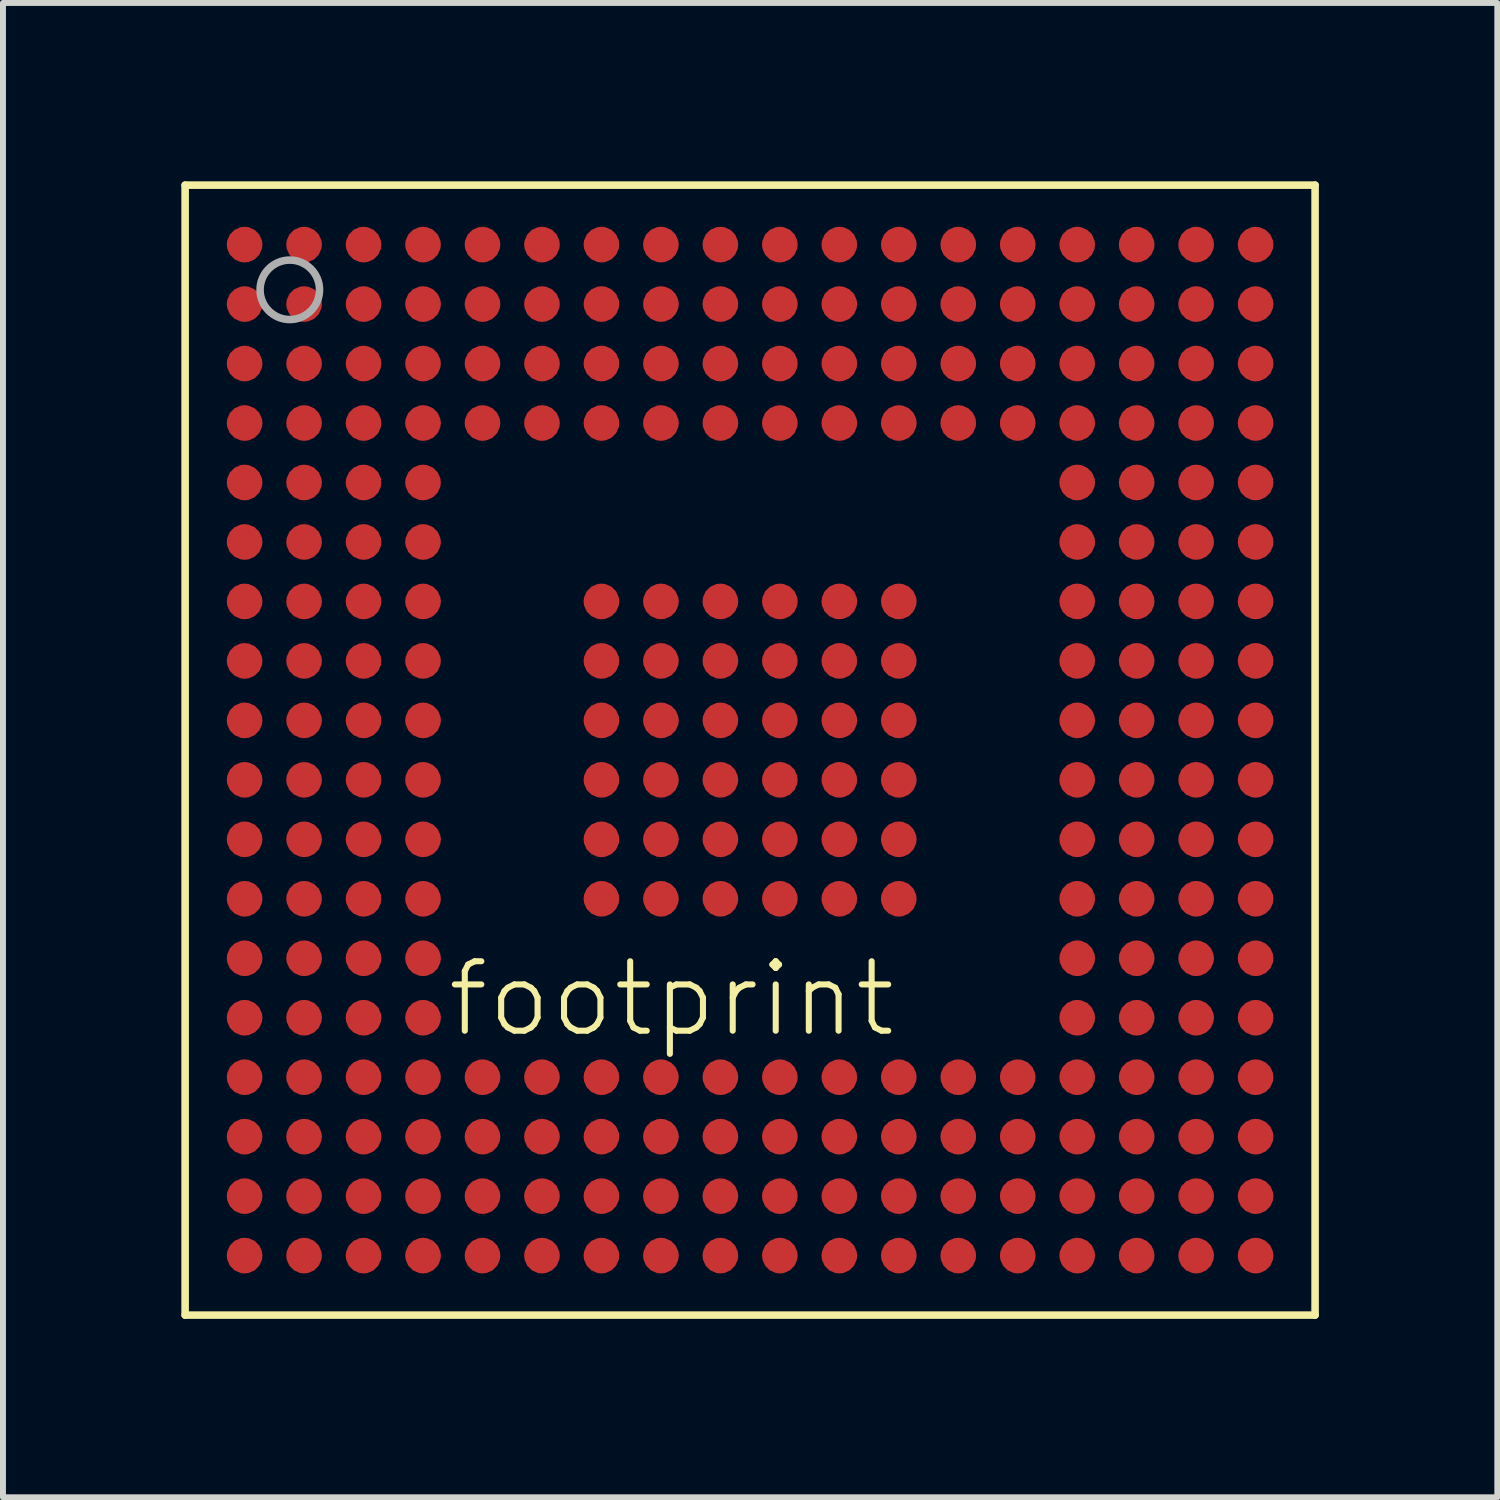
<source format=kicad_pcb>
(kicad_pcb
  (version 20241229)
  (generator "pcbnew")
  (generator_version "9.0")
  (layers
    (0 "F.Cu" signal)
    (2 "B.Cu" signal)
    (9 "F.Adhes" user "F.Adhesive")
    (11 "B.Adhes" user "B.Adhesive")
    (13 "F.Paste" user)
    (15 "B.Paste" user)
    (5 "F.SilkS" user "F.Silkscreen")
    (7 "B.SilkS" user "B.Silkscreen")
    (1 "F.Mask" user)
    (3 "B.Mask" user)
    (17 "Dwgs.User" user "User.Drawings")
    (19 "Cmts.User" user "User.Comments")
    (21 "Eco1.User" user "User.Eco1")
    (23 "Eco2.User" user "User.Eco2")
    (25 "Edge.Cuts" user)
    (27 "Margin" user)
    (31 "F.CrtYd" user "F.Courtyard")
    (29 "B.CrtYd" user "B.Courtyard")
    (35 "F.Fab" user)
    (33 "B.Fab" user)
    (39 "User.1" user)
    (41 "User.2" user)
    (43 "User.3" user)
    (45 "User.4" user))
  (footprint "footprint"
    (layer "F.Cu")
    (at 9.563 9.563)
    (property "Reference" "footprint" (at 2.5 3.5 0) (layer "F.SilkS") (effects (font (size 1.168 1.168) (thickness 0.102)) (justify right top)))
    (fp_line (start -9.5 -9.5) (end 9.5 -9.5) (stroke (width 0.127) (type solid)) (layer "F.SilkS"))
    (fp_line (start -9.5 9.5) (end -9.5 -9.5) (stroke (width 0.127) (type solid)) (layer "F.SilkS"))
    (fp_line (start 9.5 -9.5) (end 9.5 9.5) (stroke (width 0.127) (type solid)) (layer "F.SilkS"))
    (fp_line (start 9.5 9.5) (end -9.5 9.5) (stroke (width 0.127) (type solid)) (layer "F.SilkS"))
    (fp_circle (center -7.74 -7.74) (end -7.24 -7.74) (stroke (width 0.127) (type solid)) (fill no) (layer "F.Fab"))
    (pad "A1" smd roundrect (at -8.5 -8.5) (size 0.6 0.6) (layers "F.Cu" "F.Mask" "F.Paste") (roundrect_rratio 0.5))
    (pad "A2" smd roundrect (at -7.5 -8.5) (size 0.6 0.6) (layers "F.Cu" "F.Mask" "F.Paste") (roundrect_rratio 0.5))
    (pad "A3" smd roundrect (at -6.5 -8.5) (size 0.6 0.6) (layers "F.Cu" "F.Mask" "F.Paste") (roundrect_rratio 0.5))
    (pad "A4" smd roundrect (at -5.5 -8.5) (size 0.6 0.6) (layers "F.Cu" "F.Mask" "F.Paste") (roundrect_rratio 0.5))
    (pad "A5" smd roundrect (at -4.5 -8.5) (size 0.6 0.6) (layers "F.Cu" "F.Mask" "F.Paste") (roundrect_rratio 0.5))
    (pad "A6" smd roundrect (at -3.5 -8.5) (size 0.6 0.6) (layers "F.Cu" "F.Mask" "F.Paste") (roundrect_rratio 0.5))
    (pad "A7" smd roundrect (at -2.5 -8.5) (size 0.6 0.6) (layers "F.Cu" "F.Mask" "F.Paste") (roundrect_rratio 0.5))
    (pad "A8" smd roundrect (at -1.5 -8.5) (size 0.6 0.6) (layers "F.Cu" "F.Mask" "F.Paste") (roundrect_rratio 0.5))
    (pad "A9" smd roundrect (at -0.5 -8.5) (size 0.6 0.6) (layers "F.Cu" "F.Mask" "F.Paste") (roundrect_rratio 0.5))
    (pad "A10" smd roundrect (at 0.5 -8.5) (size 0.6 0.6) (layers "F.Cu" "F.Mask" "F.Paste") (roundrect_rratio 0.5))
    (pad "A11" smd roundrect (at 1.5 -8.5) (size 0.6 0.6) (layers "F.Cu" "F.Mask" "F.Paste") (roundrect_rratio 0.5))
    (pad "A12" smd roundrect (at 2.5 -8.5) (size 0.6 0.6) (layers "F.Cu" "F.Mask" "F.Paste") (roundrect_rratio 0.5))
    (pad "A13" smd roundrect (at 3.5 -8.5) (size 0.6 0.6) (layers "F.Cu" "F.Mask" "F.Paste") (roundrect_rratio 0.5))
    (pad "A14" smd roundrect (at 4.5 -8.5) (size 0.6 0.6) (layers "F.Cu" "F.Mask" "F.Paste") (roundrect_rratio 0.5))
    (pad "A15" smd roundrect (at 5.5 -8.5) (size 0.6 0.6) (layers "F.Cu" "F.Mask" "F.Paste") (roundrect_rratio 0.5))
    (pad "A16" smd roundrect (at 6.5 -8.5) (size 0.6 0.6) (layers "F.Cu" "F.Mask" "F.Paste") (roundrect_rratio 0.5))
    (pad "A17" smd roundrect (at 7.5 -8.5) (size 0.6 0.6) (layers "F.Cu" "F.Mask" "F.Paste") (roundrect_rratio 0.5))
    (pad "A18" smd roundrect (at 8.5 -8.5) (size 0.6 0.6) (layers "F.Cu" "F.Mask" "F.Paste") (roundrect_rratio 0.5))
    (pad "B1" smd roundrect (at -8.5 -7.5) (size 0.6 0.6) (layers "F.Cu" "F.Mask" "F.Paste") (roundrect_rratio 0.5))
    (pad "B2" smd roundrect (at -7.5 -7.5) (size 0.6 0.6) (layers "F.Cu" "F.Mask" "F.Paste") (roundrect_rratio 0.5))
    (pad "B3" smd roundrect (at -6.5 -7.5) (size 0.6 0.6) (layers "F.Cu" "F.Mask" "F.Paste") (roundrect_rratio 0.5))
    (pad "B4" smd roundrect (at -5.5 -7.5) (size 0.6 0.6) (layers "F.Cu" "F.Mask" "F.Paste") (roundrect_rratio 0.5))
    (pad "B5" smd roundrect (at -4.5 -7.5) (size 0.6 0.6) (layers "F.Cu" "F.Mask" "F.Paste") (roundrect_rratio 0.5))
    (pad "B6" smd roundrect (at -3.5 -7.5) (size 0.6 0.6) (layers "F.Cu" "F.Mask" "F.Paste") (roundrect_rratio 0.5))
    (pad "B7" smd roundrect (at -2.5 -7.5) (size 0.6 0.6) (layers "F.Cu" "F.Mask" "F.Paste") (roundrect_rratio 0.5))
    (pad "B8" smd roundrect (at -1.5 -7.5) (size 0.6 0.6) (layers "F.Cu" "F.Mask" "F.Paste") (roundrect_rratio 0.5))
    (pad "B9" smd roundrect (at -0.5 -7.5) (size 0.6 0.6) (layers "F.Cu" "F.Mask" "F.Paste") (roundrect_rratio 0.5))
    (pad "B10" smd roundrect (at 0.5 -7.5) (size 0.6 0.6) (layers "F.Cu" "F.Mask" "F.Paste") (roundrect_rratio 0.5))
    (pad "B11" smd roundrect (at 1.5 -7.5) (size 0.6 0.6) (layers "F.Cu" "F.Mask" "F.Paste") (roundrect_rratio 0.5))
    (pad "B12" smd roundrect (at 2.5 -7.5) (size 0.6 0.6) (layers "F.Cu" "F.Mask" "F.Paste") (roundrect_rratio 0.5))
    (pad "B13" smd roundrect (at 3.5 -7.5) (size 0.6 0.6) (layers "F.Cu" "F.Mask" "F.Paste") (roundrect_rratio 0.5))
    (pad "B14" smd roundrect (at 4.5 -7.5) (size 0.6 0.6) (layers "F.Cu" "F.Mask" "F.Paste") (roundrect_rratio 0.5))
    (pad "B15" smd roundrect (at 5.5 -7.5) (size 0.6 0.6) (layers "F.Cu" "F.Mask" "F.Paste") (roundrect_rratio 0.5))
    (pad "B16" smd roundrect (at 6.5 -7.5) (size 0.6 0.6) (layers "F.Cu" "F.Mask" "F.Paste") (roundrect_rratio 0.5))
    (pad "B17" smd roundrect (at 7.5 -7.5) (size 0.6 0.6) (layers "F.Cu" "F.Mask" "F.Paste") (roundrect_rratio 0.5))
    (pad "B18" smd roundrect (at 8.5 -7.5) (size 0.6 0.6) (layers "F.Cu" "F.Mask" "F.Paste") (roundrect_rratio 0.5))
    (pad "C1" smd roundrect (at -8.5 -6.5) (size 0.6 0.6) (layers "F.Cu" "F.Mask" "F.Paste") (roundrect_rratio 0.5))
    (pad "C2" smd roundrect (at -7.5 -6.5) (size 0.6 0.6) (layers "F.Cu" "F.Mask" "F.Paste") (roundrect_rratio 0.5))
    (pad "C3" smd roundrect (at -6.5 -6.5) (size 0.6 0.6) (layers "F.Cu" "F.Mask" "F.Paste") (roundrect_rratio 0.5))
    (pad "C4" smd roundrect (at -5.5 -6.5) (size 0.6 0.6) (layers "F.Cu" "F.Mask" "F.Paste") (roundrect_rratio 0.5))
    (pad "C5" smd roundrect (at -4.5 -6.5) (size 0.6 0.6) (layers "F.Cu" "F.Mask" "F.Paste") (roundrect_rratio 0.5))
    (pad "C6" smd roundrect (at -3.5 -6.5) (size 0.6 0.6) (layers "F.Cu" "F.Mask" "F.Paste") (roundrect_rratio 0.5))
    (pad "C7" smd roundrect (at -2.5 -6.5) (size 0.6 0.6) (layers "F.Cu" "F.Mask" "F.Paste") (roundrect_rratio 0.5))
    (pad "C8" smd roundrect (at -1.5 -6.5) (size 0.6 0.6) (layers "F.Cu" "F.Mask" "F.Paste") (roundrect_rratio 0.5))
    (pad "C9" smd roundrect (at -0.5 -6.5) (size 0.6 0.6) (layers "F.Cu" "F.Mask" "F.Paste") (roundrect_rratio 0.5))
    (pad "C10" smd roundrect (at 0.5 -6.5) (size 0.6 0.6) (layers "F.Cu" "F.Mask" "F.Paste") (roundrect_rratio 0.5))
    (pad "C11" smd roundrect (at 1.5 -6.5) (size 0.6 0.6) (layers "F.Cu" "F.Mask" "F.Paste") (roundrect_rratio 0.5))
    (pad "C12" smd roundrect (at 2.5 -6.5) (size 0.6 0.6) (layers "F.Cu" "F.Mask" "F.Paste") (roundrect_rratio 0.5))
    (pad "C13" smd roundrect (at 3.5 -6.5) (size 0.6 0.6) (layers "F.Cu" "F.Mask" "F.Paste") (roundrect_rratio 0.5))
    (pad "C14" smd roundrect (at 4.5 -6.5) (size 0.6 0.6) (layers "F.Cu" "F.Mask" "F.Paste") (roundrect_rratio 0.5))
    (pad "C15" smd roundrect (at 5.5 -6.5) (size 0.6 0.6) (layers "F.Cu" "F.Mask" "F.Paste") (roundrect_rratio 0.5))
    (pad "C16" smd roundrect (at 6.5 -6.5) (size 0.6 0.6) (layers "F.Cu" "F.Mask" "F.Paste") (roundrect_rratio 0.5))
    (pad "C17" smd roundrect (at 7.5 -6.5) (size 0.6 0.6) (layers "F.Cu" "F.Mask" "F.Paste") (roundrect_rratio 0.5))
    (pad "C18" smd roundrect (at 8.5 -6.5) (size 0.6 0.6) (layers "F.Cu" "F.Mask" "F.Paste") (roundrect_rratio 0.5))
    (pad "D1" smd roundrect (at -8.5 -5.5) (size 0.6 0.6) (layers "F.Cu" "F.Mask" "F.Paste") (roundrect_rratio 0.5))
    (pad "D2" smd roundrect (at -7.5 -5.5) (size 0.6 0.6) (layers "F.Cu" "F.Mask" "F.Paste") (roundrect_rratio 0.5))
    (pad "D3" smd roundrect (at -6.5 -5.5) (size 0.6 0.6) (layers "F.Cu" "F.Mask" "F.Paste") (roundrect_rratio 0.5))
    (pad "D4" smd roundrect (at -5.5 -5.5) (size 0.6 0.6) (layers "F.Cu" "F.Mask" "F.Paste") (roundrect_rratio 0.5))
    (pad "D5" smd roundrect (at -4.5 -5.5) (size 0.6 0.6) (layers "F.Cu" "F.Mask" "F.Paste") (roundrect_rratio 0.5))
    (pad "D6" smd roundrect (at -3.5 -5.5) (size 0.6 0.6) (layers "F.Cu" "F.Mask" "F.Paste") (roundrect_rratio 0.5))
    (pad "D7" smd roundrect (at -2.5 -5.5) (size 0.6 0.6) (layers "F.Cu" "F.Mask" "F.Paste") (roundrect_rratio 0.5))
    (pad "D8" smd roundrect (at -1.5 -5.5) (size 0.6 0.6) (layers "F.Cu" "F.Mask" "F.Paste") (roundrect_rratio 0.5))
    (pad "D9" smd roundrect (at -0.5 -5.5) (size 0.6 0.6) (layers "F.Cu" "F.Mask" "F.Paste") (roundrect_rratio 0.5))
    (pad "D10" smd roundrect (at 0.5 -5.5) (size 0.6 0.6) (layers "F.Cu" "F.Mask" "F.Paste") (roundrect_rratio 0.5))
    (pad "D11" smd roundrect (at 1.5 -5.5) (size 0.6 0.6) (layers "F.Cu" "F.Mask" "F.Paste") (roundrect_rratio 0.5))
    (pad "D12" smd roundrect (at 2.5 -5.5) (size 0.6 0.6) (layers "F.Cu" "F.Mask" "F.Paste") (roundrect_rratio 0.5))
    (pad "D13" smd roundrect (at 3.5 -5.5) (size 0.6 0.6) (layers "F.Cu" "F.Mask" "F.Paste") (roundrect_rratio 0.5))
    (pad "D14" smd roundrect (at 4.5 -5.5) (size 0.6 0.6) (layers "F.Cu" "F.Mask" "F.Paste") (roundrect_rratio 0.5))
    (pad "D15" smd roundrect (at 5.5 -5.5) (size 0.6 0.6) (layers "F.Cu" "F.Mask" "F.Paste") (roundrect_rratio 0.5))
    (pad "D16" smd roundrect (at 6.5 -5.5) (size 0.6 0.6) (layers "F.Cu" "F.Mask" "F.Paste") (roundrect_rratio 0.5))
    (pad "D17" smd roundrect (at 7.5 -5.5) (size 0.6 0.6) (layers "F.Cu" "F.Mask" "F.Paste") (roundrect_rratio 0.5))
    (pad "D18" smd roundrect (at 8.5 -5.5) (size 0.6 0.6) (layers "F.Cu" "F.Mask" "F.Paste") (roundrect_rratio 0.5))
    (pad "E1" smd roundrect (at -8.5 -4.5) (size 0.6 0.6) (layers "F.Cu" "F.Mask" "F.Paste") (roundrect_rratio 0.5))
    (pad "E2" smd roundrect (at -7.5 -4.5) (size 0.6 0.6) (layers "F.Cu" "F.Mask" "F.Paste") (roundrect_rratio 0.5))
    (pad "E3" smd roundrect (at -6.5 -4.5) (size 0.6 0.6) (layers "F.Cu" "F.Mask" "F.Paste") (roundrect_rratio 0.5))
    (pad "E4" smd roundrect (at -5.5 -4.5) (size 0.6 0.6) (layers "F.Cu" "F.Mask" "F.Paste") (roundrect_rratio 0.5))
    (pad "E15" smd roundrect (at 5.5 -4.5) (size 0.6 0.6) (layers "F.Cu" "F.Mask" "F.Paste") (roundrect_rratio 0.5))
    (pad "E16" smd roundrect (at 6.5 -4.5) (size 0.6 0.6) (layers "F.Cu" "F.Mask" "F.Paste") (roundrect_rratio 0.5))
    (pad "E17" smd roundrect (at 7.5 -4.5) (size 0.6 0.6) (layers "F.Cu" "F.Mask" "F.Paste") (roundrect_rratio 0.5))
    (pad "E18" smd roundrect (at 8.5 -4.5) (size 0.6 0.6) (layers "F.Cu" "F.Mask" "F.Paste") (roundrect_rratio 0.5))
    (pad "F1" smd roundrect (at -8.5 -3.5) (size 0.6 0.6) (layers "F.Cu" "F.Mask" "F.Paste") (roundrect_rratio 0.5))
    (pad "F2" smd roundrect (at -7.5 -3.5) (size 0.6 0.6) (layers "F.Cu" "F.Mask" "F.Paste") (roundrect_rratio 0.5))
    (pad "F3" smd roundrect (at -6.5 -3.5) (size 0.6 0.6) (layers "F.Cu" "F.Mask" "F.Paste") (roundrect_rratio 0.5))
    (pad "F4" smd roundrect (at -5.5 -3.5) (size 0.6 0.6) (layers "F.Cu" "F.Mask" "F.Paste") (roundrect_rratio 0.5))
    (pad "F15" smd roundrect (at 5.5 -3.5) (size 0.6 0.6) (layers "F.Cu" "F.Mask" "F.Paste") (roundrect_rratio 0.5))
    (pad "F16" smd roundrect (at 6.5 -3.5) (size 0.6 0.6) (layers "F.Cu" "F.Mask" "F.Paste") (roundrect_rratio 0.5))
    (pad "F17" smd roundrect (at 7.5 -3.5) (size 0.6 0.6) (layers "F.Cu" "F.Mask" "F.Paste") (roundrect_rratio 0.5))
    (pad "F18" smd roundrect (at 8.5 -3.5) (size 0.6 0.6) (layers "F.Cu" "F.Mask" "F.Paste") (roundrect_rratio 0.5))
    (pad "G1" smd roundrect (at -8.5 -2.5) (size 0.6 0.6) (layers "F.Cu" "F.Mask" "F.Paste") (roundrect_rratio 0.5))
    (pad "G2" smd roundrect (at -7.5 -2.5) (size 0.6 0.6) (layers "F.Cu" "F.Mask" "F.Paste") (roundrect_rratio 0.5))
    (pad "G3" smd roundrect (at -6.5 -2.5) (size 0.6 0.6) (layers "F.Cu" "F.Mask" "F.Paste") (roundrect_rratio 0.5))
    (pad "G4" smd roundrect (at -5.5 -2.5) (size 0.6 0.6) (layers "F.Cu" "F.Mask" "F.Paste") (roundrect_rratio 0.5))
    (pad "G7" smd roundrect (at -2.5 -2.5) (size 0.6 0.6) (layers "F.Cu" "F.Mask" "F.Paste") (roundrect_rratio 0.5))
    (pad "G8" smd roundrect (at -1.5 -2.5) (size 0.6 0.6) (layers "F.Cu" "F.Mask" "F.Paste") (roundrect_rratio 0.5))
    (pad "G9" smd roundrect (at -0.5 -2.5) (size 0.6 0.6) (layers "F.Cu" "F.Mask" "F.Paste") (roundrect_rratio 0.5))
    (pad "G10" smd roundrect (at 0.5 -2.5) (size 0.6 0.6) (layers "F.Cu" "F.Mask" "F.Paste") (roundrect_rratio 0.5))
    (pad "G11" smd roundrect (at 1.5 -2.5) (size 0.6 0.6) (layers "F.Cu" "F.Mask" "F.Paste") (roundrect_rratio 0.5))
    (pad "G12" smd roundrect (at 2.5 -2.5) (size 0.6 0.6) (layers "F.Cu" "F.Mask" "F.Paste") (roundrect_rratio 0.5))
    (pad "G15" smd roundrect (at 5.5 -2.5) (size 0.6 0.6) (layers "F.Cu" "F.Mask" "F.Paste") (roundrect_rratio 0.5))
    (pad "G16" smd roundrect (at 6.5 -2.5) (size 0.6 0.6) (layers "F.Cu" "F.Mask" "F.Paste") (roundrect_rratio 0.5))
    (pad "G17" smd roundrect (at 7.5 -2.5) (size 0.6 0.6) (layers "F.Cu" "F.Mask" "F.Paste") (roundrect_rratio 0.5))
    (pad "G18" smd roundrect (at 8.5 -2.5) (size 0.6 0.6) (layers "F.Cu" "F.Mask" "F.Paste") (roundrect_rratio 0.5))
    (pad "H1" smd roundrect (at -8.5 -1.5) (size 0.6 0.6) (layers "F.Cu" "F.Mask" "F.Paste") (roundrect_rratio 0.5))
    (pad "H2" smd roundrect (at -7.5 -1.5) (size 0.6 0.6) (layers "F.Cu" "F.Mask" "F.Paste") (roundrect_rratio 0.5))
    (pad "H3" smd roundrect (at -6.5 -1.5) (size 0.6 0.6) (layers "F.Cu" "F.Mask" "F.Paste") (roundrect_rratio 0.5))
    (pad "H4" smd roundrect (at -5.5 -1.5) (size 0.6 0.6) (layers "F.Cu" "F.Mask" "F.Paste") (roundrect_rratio 0.5))
    (pad "H7" smd roundrect (at -2.5 -1.5) (size 0.6 0.6) (layers "F.Cu" "F.Mask" "F.Paste") (roundrect_rratio 0.5))
    (pad "H8" smd roundrect (at -1.5 -1.5) (size 0.6 0.6) (layers "F.Cu" "F.Mask" "F.Paste") (roundrect_rratio 0.5))
    (pad "H9" smd roundrect (at -0.5 -1.5) (size 0.6 0.6) (layers "F.Cu" "F.Mask" "F.Paste") (roundrect_rratio 0.5))
    (pad "H10" smd roundrect (at 0.5 -1.5) (size 0.6 0.6) (layers "F.Cu" "F.Mask" "F.Paste") (roundrect_rratio 0.5))
    (pad "H11" smd roundrect (at 1.5 -1.5) (size 0.6 0.6) (layers "F.Cu" "F.Mask" "F.Paste") (roundrect_rratio 0.5))
    (pad "H12" smd roundrect (at 2.5 -1.5) (size 0.6 0.6) (layers "F.Cu" "F.Mask" "F.Paste") (roundrect_rratio 0.5))
    (pad "H15" smd roundrect (at 5.5 -1.5) (size 0.6 0.6) (layers "F.Cu" "F.Mask" "F.Paste") (roundrect_rratio 0.5))
    (pad "H16" smd roundrect (at 6.5 -1.5) (size 0.6 0.6) (layers "F.Cu" "F.Mask" "F.Paste") (roundrect_rratio 0.5))
    (pad "H17" smd roundrect (at 7.5 -1.5) (size 0.6 0.6) (layers "F.Cu" "F.Mask" "F.Paste") (roundrect_rratio 0.5))
    (pad "H18" smd roundrect (at 8.5 -1.5) (size 0.6 0.6) (layers "F.Cu" "F.Mask" "F.Paste") (roundrect_rratio 0.5))
    (pad "J1" smd roundrect (at -8.5 -0.5) (size 0.6 0.6) (layers "F.Cu" "F.Mask" "F.Paste") (roundrect_rratio 0.5))
    (pad "J2" smd roundrect (at -7.5 -0.5) (size 0.6 0.6) (layers "F.Cu" "F.Mask" "F.Paste") (roundrect_rratio 0.5))
    (pad "J3" smd roundrect (at -6.5 -0.5) (size 0.6 0.6) (layers "F.Cu" "F.Mask" "F.Paste") (roundrect_rratio 0.5))
    (pad "J4" smd roundrect (at -5.5 -0.5) (size 0.6 0.6) (layers "F.Cu" "F.Mask" "F.Paste") (roundrect_rratio 0.5))
    (pad "J7" smd roundrect (at -2.5 -0.5) (size 0.6 0.6) (layers "F.Cu" "F.Mask" "F.Paste") (roundrect_rratio 0.5))
    (pad "J8" smd roundrect (at -1.5 -0.5) (size 0.6 0.6) (layers "F.Cu" "F.Mask" "F.Paste") (roundrect_rratio 0.5))
    (pad "J9" smd roundrect (at -0.5 -0.5) (size 0.6 0.6) (layers "F.Cu" "F.Mask" "F.Paste") (roundrect_rratio 0.5))
    (pad "J10" smd roundrect (at 0.5 -0.5) (size 0.6 0.6) (layers "F.Cu" "F.Mask" "F.Paste") (roundrect_rratio 0.5))
    (pad "J11" smd roundrect (at 1.5 -0.5) (size 0.6 0.6) (layers "F.Cu" "F.Mask" "F.Paste") (roundrect_rratio 0.5))
    (pad "J12" smd roundrect (at 2.5 -0.5) (size 0.6 0.6) (layers "F.Cu" "F.Mask" "F.Paste") (roundrect_rratio 0.5))
    (pad "J15" smd roundrect (at 5.5 -0.5) (size 0.6 0.6) (layers "F.Cu" "F.Mask" "F.Paste") (roundrect_rratio 0.5))
    (pad "J16" smd roundrect (at 6.5 -0.5) (size 0.6 0.6) (layers "F.Cu" "F.Mask" "F.Paste") (roundrect_rratio 0.5))
    (pad "J17" smd roundrect (at 7.5 -0.5) (size 0.6 0.6) (layers "F.Cu" "F.Mask" "F.Paste") (roundrect_rratio 0.5))
    (pad "J18" smd roundrect (at 8.5 -0.5) (size 0.6 0.6) (layers "F.Cu" "F.Mask" "F.Paste") (roundrect_rratio 0.5))
    (pad "K1" smd roundrect (at -8.5 0.5) (size 0.6 0.6) (layers "F.Cu" "F.Mask" "F.Paste") (roundrect_rratio 0.5))
    (pad "K2" smd roundrect (at -7.5 0.5) (size 0.6 0.6) (layers "F.Cu" "F.Mask" "F.Paste") (roundrect_rratio 0.5))
    (pad "K3" smd roundrect (at -6.5 0.5) (size 0.6 0.6) (layers "F.Cu" "F.Mask" "F.Paste") (roundrect_rratio 0.5))
    (pad "K4" smd roundrect (at -5.5 0.5) (size 0.6 0.6) (layers "F.Cu" "F.Mask" "F.Paste") (roundrect_rratio 0.5))
    (pad "K7" smd roundrect (at -2.5 0.5) (size 0.6 0.6) (layers "F.Cu" "F.Mask" "F.Paste") (roundrect_rratio 0.5))
    (pad "K8" smd roundrect (at -1.5 0.5) (size 0.6 0.6) (layers "F.Cu" "F.Mask" "F.Paste") (roundrect_rratio 0.5))
    (pad "K9" smd roundrect (at -0.5 0.5) (size 0.6 0.6) (layers "F.Cu" "F.Mask" "F.Paste") (roundrect_rratio 0.5))
    (pad "K10" smd roundrect (at 0.5 0.5) (size 0.6 0.6) (layers "F.Cu" "F.Mask" "F.Paste") (roundrect_rratio 0.5))
    (pad "K11" smd roundrect (at 1.5 0.5) (size 0.6 0.6) (layers "F.Cu" "F.Mask" "F.Paste") (roundrect_rratio 0.5))
    (pad "K12" smd roundrect (at 2.5 0.5) (size 0.6 0.6) (layers "F.Cu" "F.Mask" "F.Paste") (roundrect_rratio 0.5))
    (pad "K15" smd roundrect (at 5.5 0.5) (size 0.6 0.6) (layers "F.Cu" "F.Mask" "F.Paste") (roundrect_rratio 0.5))
    (pad "K16" smd roundrect (at 6.5 0.5) (size 0.6 0.6) (layers "F.Cu" "F.Mask" "F.Paste") (roundrect_rratio 0.5))
    (pad "K17" smd roundrect (at 7.5 0.5) (size 0.6 0.6) (layers "F.Cu" "F.Mask" "F.Paste") (roundrect_rratio 0.5))
    (pad "K18" smd roundrect (at 8.5 0.5) (size 0.6 0.6) (layers "F.Cu" "F.Mask" "F.Paste") (roundrect_rratio 0.5))
    (pad "L1" smd roundrect (at -8.5 1.5) (size 0.6 0.6) (layers "F.Cu" "F.Mask" "F.Paste") (roundrect_rratio 0.5))
    (pad "L2" smd roundrect (at -7.5 1.5) (size 0.6 0.6) (layers "F.Cu" "F.Mask" "F.Paste") (roundrect_rratio 0.5))
    (pad "L3" smd roundrect (at -6.5 1.5) (size 0.6 0.6) (layers "F.Cu" "F.Mask" "F.Paste") (roundrect_rratio 0.5))
    (pad "L4" smd roundrect (at -5.5 1.5) (size 0.6 0.6) (layers "F.Cu" "F.Mask" "F.Paste") (roundrect_rratio 0.5))
    (pad "L7" smd roundrect (at -2.5 1.5) (size 0.6 0.6) (layers "F.Cu" "F.Mask" "F.Paste") (roundrect_rratio 0.5))
    (pad "L8" smd roundrect (at -1.5 1.5) (size 0.6 0.6) (layers "F.Cu" "F.Mask" "F.Paste") (roundrect_rratio 0.5))
    (pad "L9" smd roundrect (at -0.5 1.5) (size 0.6 0.6) (layers "F.Cu" "F.Mask" "F.Paste") (roundrect_rratio 0.5))
    (pad "L10" smd roundrect (at 0.5 1.5) (size 0.6 0.6) (layers "F.Cu" "F.Mask" "F.Paste") (roundrect_rratio 0.5))
    (pad "L11" smd roundrect (at 1.5 1.5) (size 0.6 0.6) (layers "F.Cu" "F.Mask" "F.Paste") (roundrect_rratio 0.5))
    (pad "L12" smd roundrect (at 2.5 1.5) (size 0.6 0.6) (layers "F.Cu" "F.Mask" "F.Paste") (roundrect_rratio 0.5))
    (pad "L15" smd roundrect (at 5.5 1.5) (size 0.6 0.6) (layers "F.Cu" "F.Mask" "F.Paste") (roundrect_rratio 0.5))
    (pad "L16" smd roundrect (at 6.5 1.5) (size 0.6 0.6) (layers "F.Cu" "F.Mask" "F.Paste") (roundrect_rratio 0.5))
    (pad "L17" smd roundrect (at 7.5 1.5) (size 0.6 0.6) (layers "F.Cu" "F.Mask" "F.Paste") (roundrect_rratio 0.5))
    (pad "L18" smd roundrect (at 8.5 1.5) (size 0.6 0.6) (layers "F.Cu" "F.Mask" "F.Paste") (roundrect_rratio 0.5))
    (pad "M1" smd roundrect (at -8.5 2.5) (size 0.6 0.6) (layers "F.Cu" "F.Mask" "F.Paste") (roundrect_rratio 0.5))
    (pad "M2" smd roundrect (at -7.5 2.5) (size 0.6 0.6) (layers "F.Cu" "F.Mask" "F.Paste") (roundrect_rratio 0.5))
    (pad "M3" smd roundrect (at -6.5 2.5) (size 0.6 0.6) (layers "F.Cu" "F.Mask" "F.Paste") (roundrect_rratio 0.5))
    (pad "M4" smd roundrect (at -5.5 2.5) (size 0.6 0.6) (layers "F.Cu" "F.Mask" "F.Paste") (roundrect_rratio 0.5))
    (pad "M7" smd roundrect (at -2.5 2.5) (size 0.6 0.6) (layers "F.Cu" "F.Mask" "F.Paste") (roundrect_rratio 0.5))
    (pad "M8" smd roundrect (at -1.5 2.5) (size 0.6 0.6) (layers "F.Cu" "F.Mask" "F.Paste") (roundrect_rratio 0.5))
    (pad "M9" smd roundrect (at -0.5 2.5) (size 0.6 0.6) (layers "F.Cu" "F.Mask" "F.Paste") (roundrect_rratio 0.5))
    (pad "M10" smd roundrect (at 0.5 2.5) (size 0.6 0.6) (layers "F.Cu" "F.Mask" "F.Paste") (roundrect_rratio 0.5))
    (pad "M11" smd roundrect (at 1.5 2.5) (size 0.6 0.6) (layers "F.Cu" "F.Mask" "F.Paste") (roundrect_rratio 0.5))
    (pad "M12" smd roundrect (at 2.5 2.5) (size 0.6 0.6) (layers "F.Cu" "F.Mask" "F.Paste") (roundrect_rratio 0.5))
    (pad "M15" smd roundrect (at 5.5 2.5) (size 0.6 0.6) (layers "F.Cu" "F.Mask" "F.Paste") (roundrect_rratio 0.5))
    (pad "M16" smd roundrect (at 6.5 2.5) (size 0.6 0.6) (layers "F.Cu" "F.Mask" "F.Paste") (roundrect_rratio 0.5))
    (pad "M17" smd roundrect (at 7.5 2.5) (size 0.6 0.6) (layers "F.Cu" "F.Mask" "F.Paste") (roundrect_rratio 0.5))
    (pad "M18" smd roundrect (at 8.5 2.5) (size 0.6 0.6) (layers "F.Cu" "F.Mask" "F.Paste") (roundrect_rratio 0.5))
    (pad "N1" smd roundrect (at -8.5 3.5) (size 0.6 0.6) (layers "F.Cu" "F.Mask" "F.Paste") (roundrect_rratio 0.5))
    (pad "N2" smd roundrect (at -7.5 3.5) (size 0.6 0.6) (layers "F.Cu" "F.Mask" "F.Paste") (roundrect_rratio 0.5))
    (pad "N3" smd roundrect (at -6.5 3.5) (size 0.6 0.6) (layers "F.Cu" "F.Mask" "F.Paste") (roundrect_rratio 0.5))
    (pad "N4" smd roundrect (at -5.5 3.5) (size 0.6 0.6) (layers "F.Cu" "F.Mask" "F.Paste") (roundrect_rratio 0.5))
    (pad "N15" smd roundrect (at 5.5 3.5) (size 0.6 0.6) (layers "F.Cu" "F.Mask" "F.Paste") (roundrect_rratio 0.5))
    (pad "N16" smd roundrect (at 6.5 3.5) (size 0.6 0.6) (layers "F.Cu" "F.Mask" "F.Paste") (roundrect_rratio 0.5))
    (pad "N17" smd roundrect (at 7.5 3.5) (size 0.6 0.6) (layers "F.Cu" "F.Mask" "F.Paste") (roundrect_rratio 0.5))
    (pad "N18" smd roundrect (at 8.5 3.5) (size 0.6 0.6) (layers "F.Cu" "F.Mask" "F.Paste") (roundrect_rratio 0.5))
    (pad "P1" smd roundrect (at -8.5 4.5) (size 0.6 0.6) (layers "F.Cu" "F.Mask" "F.Paste") (roundrect_rratio 0.5))
    (pad "P2" smd roundrect (at -7.5 4.5) (size 0.6 0.6) (layers "F.Cu" "F.Mask" "F.Paste") (roundrect_rratio 0.5))
    (pad "P3" smd roundrect (at -6.5 4.5) (size 0.6 0.6) (layers "F.Cu" "F.Mask" "F.Paste") (roundrect_rratio 0.5))
    (pad "P4" smd roundrect (at -5.5 4.5) (size 0.6 0.6) (layers "F.Cu" "F.Mask" "F.Paste") (roundrect_rratio 0.5))
    (pad "P15" smd roundrect (at 5.5 4.5) (size 0.6 0.6) (layers "F.Cu" "F.Mask" "F.Paste") (roundrect_rratio 0.5))
    (pad "P16" smd roundrect (at 6.5 4.5) (size 0.6 0.6) (layers "F.Cu" "F.Mask" "F.Paste") (roundrect_rratio 0.5))
    (pad "P17" smd roundrect (at 7.5 4.5) (size 0.6 0.6) (layers "F.Cu" "F.Mask" "F.Paste") (roundrect_rratio 0.5))
    (pad "P18" smd roundrect (at 8.5 4.5) (size 0.6 0.6) (layers "F.Cu" "F.Mask" "F.Paste") (roundrect_rratio 0.5))
    (pad "R1" smd roundrect (at -8.5 5.5) (size 0.6 0.6) (layers "F.Cu" "F.Mask" "F.Paste") (roundrect_rratio 0.5))
    (pad "R2" smd roundrect (at -7.5 5.5) (size 0.6 0.6) (layers "F.Cu" "F.Mask" "F.Paste") (roundrect_rratio 0.5))
    (pad "R3" smd roundrect (at -6.5 5.5) (size 0.6 0.6) (layers "F.Cu" "F.Mask" "F.Paste") (roundrect_rratio 0.5))
    (pad "R4" smd roundrect (at -5.5 5.5) (size 0.6 0.6) (layers "F.Cu" "F.Mask" "F.Paste") (roundrect_rratio 0.5))
    (pad "R5" smd roundrect (at -4.5 5.5) (size 0.6 0.6) (layers "F.Cu" "F.Mask" "F.Paste") (roundrect_rratio 0.5))
    (pad "R6" smd roundrect (at -3.5 5.5) (size 0.6 0.6) (layers "F.Cu" "F.Mask" "F.Paste") (roundrect_rratio 0.5))
    (pad "R7" smd roundrect (at -2.5 5.5) (size 0.6 0.6) (layers "F.Cu" "F.Mask" "F.Paste") (roundrect_rratio 0.5))
    (pad "R8" smd roundrect (at -1.5 5.5) (size 0.6 0.6) (layers "F.Cu" "F.Mask" "F.Paste") (roundrect_rratio 0.5))
    (pad "R9" smd roundrect (at -0.5 5.5) (size 0.6 0.6) (layers "F.Cu" "F.Mask" "F.Paste") (roundrect_rratio 0.5))
    (pad "R10" smd roundrect (at 0.5 5.5) (size 0.6 0.6) (layers "F.Cu" "F.Mask" "F.Paste") (roundrect_rratio 0.5))
    (pad "R11" smd roundrect (at 1.5 5.5) (size 0.6 0.6) (layers "F.Cu" "F.Mask" "F.Paste") (roundrect_rratio 0.5))
    (pad "R12" smd roundrect (at 2.5 5.5) (size 0.6 0.6) (layers "F.Cu" "F.Mask" "F.Paste") (roundrect_rratio 0.5))
    (pad "R13" smd roundrect (at 3.5 5.5) (size 0.6 0.6) (layers "F.Cu" "F.Mask" "F.Paste") (roundrect_rratio 0.5))
    (pad "R14" smd roundrect (at 4.5 5.5) (size 0.6 0.6) (layers "F.Cu" "F.Mask" "F.Paste") (roundrect_rratio 0.5))
    (pad "R15" smd roundrect (at 5.5 5.5) (size 0.6 0.6) (layers "F.Cu" "F.Mask" "F.Paste") (roundrect_rratio 0.5))
    (pad "R16" smd roundrect (at 6.5 5.5) (size 0.6 0.6) (layers "F.Cu" "F.Mask" "F.Paste") (roundrect_rratio 0.5))
    (pad "R17" smd roundrect (at 7.5 5.5) (size 0.6 0.6) (layers "F.Cu" "F.Mask" "F.Paste") (roundrect_rratio 0.5))
    (pad "R18" smd roundrect (at 8.5 5.5) (size 0.6 0.6) (layers "F.Cu" "F.Mask" "F.Paste") (roundrect_rratio 0.5))
    (pad "T1" smd roundrect (at -8.5 6.5) (size 0.6 0.6) (layers "F.Cu" "F.Mask" "F.Paste") (roundrect_rratio 0.5))
    (pad "T2" smd roundrect (at -7.5 6.5) (size 0.6 0.6) (layers "F.Cu" "F.Mask" "F.Paste") (roundrect_rratio 0.5))
    (pad "T3" smd roundrect (at -6.5 6.5) (size 0.6 0.6) (layers "F.Cu" "F.Mask" "F.Paste") (roundrect_rratio 0.5))
    (pad "T4" smd roundrect (at -5.5 6.5) (size 0.6 0.6) (layers "F.Cu" "F.Mask" "F.Paste") (roundrect_rratio 0.5))
    (pad "T5" smd roundrect (at -4.5 6.5) (size 0.6 0.6) (layers "F.Cu" "F.Mask" "F.Paste") (roundrect_rratio 0.5))
    (pad "T6" smd roundrect (at -3.5 6.5) (size 0.6 0.6) (layers "F.Cu" "F.Mask" "F.Paste") (roundrect_rratio 0.5))
    (pad "T7" smd roundrect (at -2.5 6.5) (size 0.6 0.6) (layers "F.Cu" "F.Mask" "F.Paste") (roundrect_rratio 0.5))
    (pad "T8" smd roundrect (at -1.5 6.5) (size 0.6 0.6) (layers "F.Cu" "F.Mask" "F.Paste") (roundrect_rratio 0.5))
    (pad "T9" smd roundrect (at -0.5 6.5) (size 0.6 0.6) (layers "F.Cu" "F.Mask" "F.Paste") (roundrect_rratio 0.5))
    (pad "T10" smd roundrect (at 0.5 6.5) (size 0.6 0.6) (layers "F.Cu" "F.Mask" "F.Paste") (roundrect_rratio 0.5))
    (pad "T11" smd roundrect (at 1.5 6.5) (size 0.6 0.6) (layers "F.Cu" "F.Mask" "F.Paste") (roundrect_rratio 0.5))
    (pad "T12" smd roundrect (at 2.5 6.5) (size 0.6 0.6) (layers "F.Cu" "F.Mask" "F.Paste") (roundrect_rratio 0.5))
    (pad "T13" smd roundrect (at 3.5 6.5) (size 0.6 0.6) (layers "F.Cu" "F.Mask" "F.Paste") (roundrect_rratio 0.5))
    (pad "T14" smd roundrect (at 4.5 6.5) (size 0.6 0.6) (layers "F.Cu" "F.Mask" "F.Paste") (roundrect_rratio 0.5))
    (pad "T15" smd roundrect (at 5.5 6.5) (size 0.6 0.6) (layers "F.Cu" "F.Mask" "F.Paste") (roundrect_rratio 0.5))
    (pad "T16" smd roundrect (at 6.5 6.5) (size 0.6 0.6) (layers "F.Cu" "F.Mask" "F.Paste") (roundrect_rratio 0.5))
    (pad "T17" smd roundrect (at 7.5 6.5) (size 0.6 0.6) (layers "F.Cu" "F.Mask" "F.Paste") (roundrect_rratio 0.5))
    (pad "T18" smd roundrect (at 8.5 6.5) (size 0.6 0.6) (layers "F.Cu" "F.Mask" "F.Paste") (roundrect_rratio 0.5))
    (pad "U1" smd roundrect (at -8.5 7.5) (size 0.6 0.6) (layers "F.Cu" "F.Mask" "F.Paste") (roundrect_rratio 0.5))
    (pad "U2" smd roundrect (at -7.5 7.5) (size 0.6 0.6) (layers "F.Cu" "F.Mask" "F.Paste") (roundrect_rratio 0.5))
    (pad "U3" smd roundrect (at -6.5 7.5) (size 0.6 0.6) (layers "F.Cu" "F.Mask" "F.Paste") (roundrect_rratio 0.5))
    (pad "U4" smd roundrect (at -5.5 7.5) (size 0.6 0.6) (layers "F.Cu" "F.Mask" "F.Paste") (roundrect_rratio 0.5))
    (pad "U5" smd roundrect (at -4.5 7.5) (size 0.6 0.6) (layers "F.Cu" "F.Mask" "F.Paste") (roundrect_rratio 0.5))
    (pad "U6" smd roundrect (at -3.5 7.5) (size 0.6 0.6) (layers "F.Cu" "F.Mask" "F.Paste") (roundrect_rratio 0.5))
    (pad "U7" smd roundrect (at -2.5 7.5) (size 0.6 0.6) (layers "F.Cu" "F.Mask" "F.Paste") (roundrect_rratio 0.5))
    (pad "U8" smd roundrect (at -1.5 7.5) (size 0.6 0.6) (layers "F.Cu" "F.Mask" "F.Paste") (roundrect_rratio 0.5))
    (pad "U9" smd roundrect (at -0.5 7.5) (size 0.6 0.6) (layers "F.Cu" "F.Mask" "F.Paste") (roundrect_rratio 0.5))
    (pad "U10" smd roundrect (at 0.5 7.5) (size 0.6 0.6) (layers "F.Cu" "F.Mask" "F.Paste") (roundrect_rratio 0.5))
    (pad "U11" smd roundrect (at 1.5 7.5) (size 0.6 0.6) (layers "F.Cu" "F.Mask" "F.Paste") (roundrect_rratio 0.5))
    (pad "U12" smd roundrect (at 2.5 7.5) (size 0.6 0.6) (layers "F.Cu" "F.Mask" "F.Paste") (roundrect_rratio 0.5))
    (pad "U13" smd roundrect (at 3.5 7.5) (size 0.6 0.6) (layers "F.Cu" "F.Mask" "F.Paste") (roundrect_rratio 0.5))
    (pad "U14" smd roundrect (at 4.5 7.5) (size 0.6 0.6) (layers "F.Cu" "F.Mask" "F.Paste") (roundrect_rratio 0.5))
    (pad "U15" smd roundrect (at 5.5 7.5) (size 0.6 0.6) (layers "F.Cu" "F.Mask" "F.Paste") (roundrect_rratio 0.5))
    (pad "U16" smd roundrect (at 6.5 7.5) (size 0.6 0.6) (layers "F.Cu" "F.Mask" "F.Paste") (roundrect_rratio 0.5))
    (pad "U17" smd roundrect (at 7.5 7.5) (size 0.6 0.6) (layers "F.Cu" "F.Mask" "F.Paste") (roundrect_rratio 0.5))
    (pad "U18" smd roundrect (at 8.5 7.5) (size 0.6 0.6) (layers "F.Cu" "F.Mask" "F.Paste") (roundrect_rratio 0.5))
    (pad "V1" smd roundrect (at -8.5 8.5) (size 0.6 0.6) (layers "F.Cu" "F.Mask" "F.Paste") (roundrect_rratio 0.5))
    (pad "V2" smd roundrect (at -7.5 8.5) (size 0.6 0.6) (layers "F.Cu" "F.Mask" "F.Paste") (roundrect_rratio 0.5))
    (pad "V3" smd roundrect (at -6.5 8.5) (size 0.6 0.6) (layers "F.Cu" "F.Mask" "F.Paste") (roundrect_rratio 0.5))
    (pad "V4" smd roundrect (at -5.5 8.5) (size 0.6 0.6) (layers "F.Cu" "F.Mask" "F.Paste") (roundrect_rratio 0.5))
    (pad "V5" smd roundrect (at -4.5 8.5) (size 0.6 0.6) (layers "F.Cu" "F.Mask" "F.Paste") (roundrect_rratio 0.5))
    (pad "V6" smd roundrect (at -3.5 8.5) (size 0.6 0.6) (layers "F.Cu" "F.Mask" "F.Paste") (roundrect_rratio 0.5))
    (pad "V7" smd roundrect (at -2.5 8.5) (size 0.6 0.6) (layers "F.Cu" "F.Mask" "F.Paste") (roundrect_rratio 0.5))
    (pad "V8" smd roundrect (at -1.5 8.5) (size 0.6 0.6) (layers "F.Cu" "F.Mask" "F.Paste") (roundrect_rratio 0.5))
    (pad "V9" smd roundrect (at -0.5 8.5) (size 0.6 0.6) (layers "F.Cu" "F.Mask" "F.Paste") (roundrect_rratio 0.5))
    (pad "V10" smd roundrect (at 0.5 8.5) (size 0.6 0.6) (layers "F.Cu" "F.Mask" "F.Paste") (roundrect_rratio 0.5))
    (pad "V11" smd roundrect (at 1.5 8.5) (size 0.6 0.6) (layers "F.Cu" "F.Mask" "F.Paste") (roundrect_rratio 0.5))
    (pad "V12" smd roundrect (at 2.5 8.5) (size 0.6 0.6) (layers "F.Cu" "F.Mask" "F.Paste") (roundrect_rratio 0.5))
    (pad "V13" smd roundrect (at 3.5 8.5) (size 0.6 0.6) (layers "F.Cu" "F.Mask" "F.Paste") (roundrect_rratio 0.5))
    (pad "V14" smd roundrect (at 4.5 8.5) (size 0.6 0.6) (layers "F.Cu" "F.Mask" "F.Paste") (roundrect_rratio 0.5))
    (pad "V15" smd roundrect (at 5.5 8.5) (size 0.6 0.6) (layers "F.Cu" "F.Mask" "F.Paste") (roundrect_rratio 0.5))
    (pad "V16" smd roundrect (at 6.5 8.5) (size 0.6 0.6) (layers "F.Cu" "F.Mask" "F.Paste") (roundrect_rratio 0.5))
    (pad "V17" smd roundrect (at 7.5 8.5) (size 0.6 0.6) (layers "F.Cu" "F.Mask" "F.Paste") (roundrect_rratio 0.5))
    (pad "V18" smd roundrect (at 8.5 8.5) (size 0.6 0.6) (layers "F.Cu" "F.Mask" "F.Paste") (roundrect_rratio 0.5)))
  (gr_rect
    (start -3 -3)
    (end 22.127 22.127)
    (stroke (width 0.1) (type default))
    (fill no)
    (layer "Edge.Cuts")))
</source>
